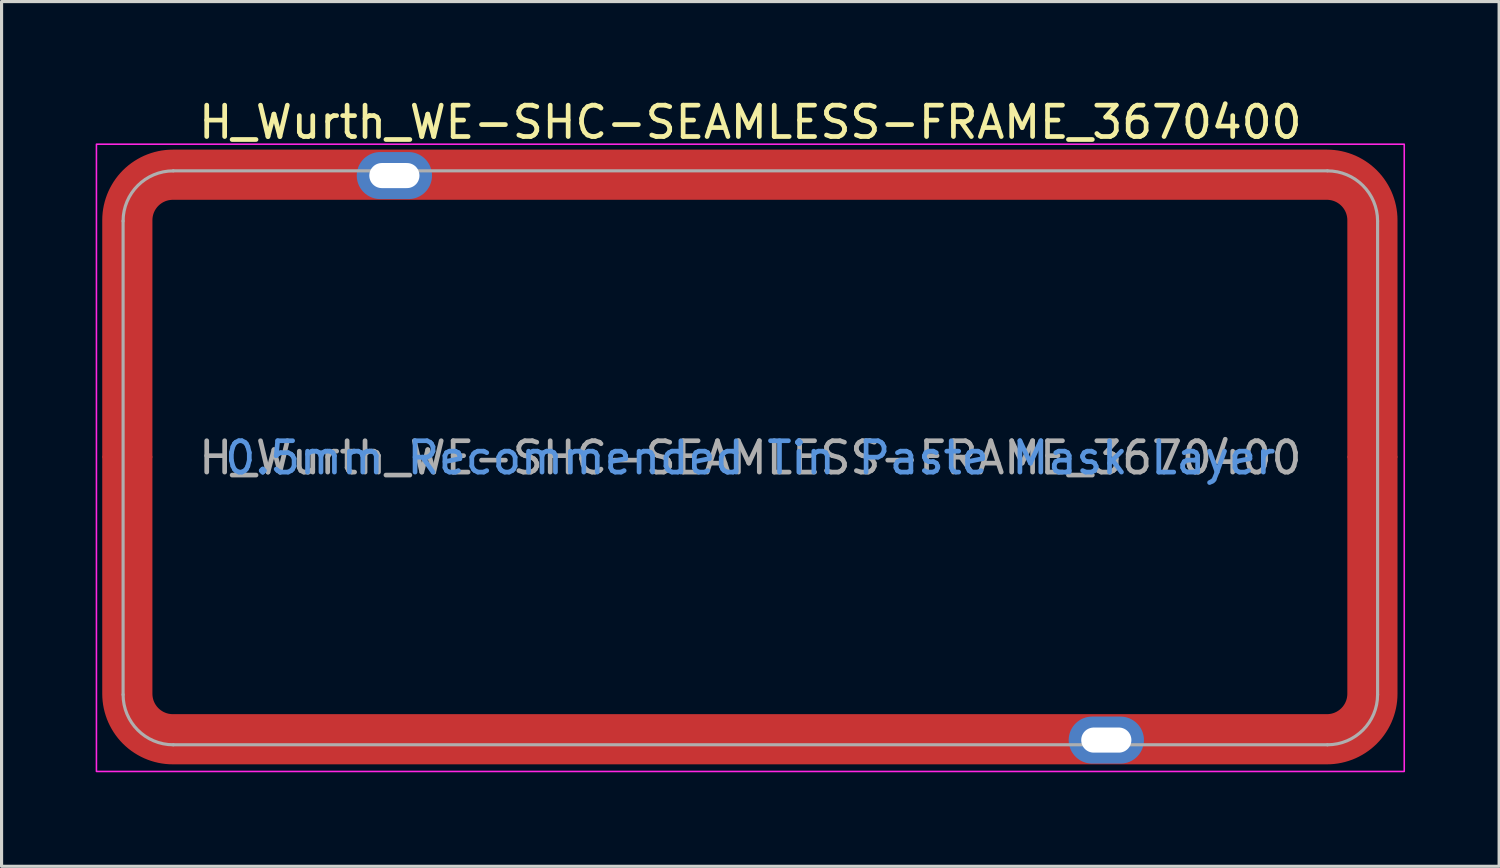
<source format=kicad_pcb>
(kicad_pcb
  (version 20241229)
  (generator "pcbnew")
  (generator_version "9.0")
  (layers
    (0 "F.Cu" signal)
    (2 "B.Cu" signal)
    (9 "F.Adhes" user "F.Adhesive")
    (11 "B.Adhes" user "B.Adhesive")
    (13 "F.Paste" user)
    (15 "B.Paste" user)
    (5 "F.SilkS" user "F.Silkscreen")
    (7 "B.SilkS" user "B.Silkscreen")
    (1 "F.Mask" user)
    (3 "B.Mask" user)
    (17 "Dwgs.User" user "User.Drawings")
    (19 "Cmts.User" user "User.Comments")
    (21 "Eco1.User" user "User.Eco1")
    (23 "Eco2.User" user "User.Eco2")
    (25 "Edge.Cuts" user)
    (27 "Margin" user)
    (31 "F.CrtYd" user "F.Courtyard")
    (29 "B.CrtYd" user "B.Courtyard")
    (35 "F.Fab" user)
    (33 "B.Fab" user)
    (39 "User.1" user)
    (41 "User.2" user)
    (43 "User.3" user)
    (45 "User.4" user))
  (footprint "H_Wurth_WE-SHC-SEAMLESS-FRAME_3670400"
    (layer "F.Cu")
    (at 20.875 11.548)
    (property "Reference" "H_Wurth_WE-SHC-SEAMLESS-FRAME_3670400" (at 0 -10.7 0) (unlocked yes) (layer "F.SilkS") (effects (font (size 1 1) (thickness 0.15))))
    (attr smd)
    (fp_poly (pts (xy -19.115 -0.023) (xy -20.615 -0.023) (xy -20.615 -7.577) (xy -20.612 -7.692) (xy -20.603 -7.807) (xy -20.588 -7.921) (xy -20.567 -8.034) (xy -20.54 -8.146) (xy -20.507 -8.257) (xy -20.469 -8.365) (xy -20.425 -8.472) (xy -20.375 -8.576) (xy -20.32 -8.677) (xy -20.26 -8.775) (xy -20.195 -8.87) (xy -20.125 -8.962) (xy -20.05 -9.049) (xy -19.971 -9.133) (xy -19.887 -9.212) (xy -19.8 -9.287) (xy -19.708 -9.357) (xy -19.613 -9.422) (xy -19.515 -9.482) (xy -19.414 -9.537) (xy -19.31 -9.587) (xy -19.203 -9.631) (xy -19.095 -9.669) (xy -18.984 -9.702) (xy -18.872 -9.729) (xy -18.759 -9.75) (xy -18.645 -9.765) (xy -18.53 -9.774) (xy -18.415 -9.777) (xy 18.385 -9.777) (xy 18.5 -9.774) (xy 18.615 -9.765) (xy 18.729 -9.75) (xy 18.842 -9.729) (xy 18.954 -9.702) (xy 19.065 -9.669) (xy 19.173 -9.631) (xy 19.28 -9.587) (xy 19.384 -9.537) (xy 19.485 -9.482) (xy 19.583 -9.422) (xy 19.678 -9.357) (xy 19.77 -9.287) (xy 19.857 -9.212) (xy 19.941 -9.133) (xy 20.02 -9.049) (xy 20.095 -8.962) (xy 20.165 -8.87) (xy 20.23 -8.775) (xy 20.29 -8.677) (xy 20.345 -8.576) (xy 20.395 -8.472) (xy 20.439 -8.365) (xy 20.477 -8.257) (xy 20.51 -8.146) (xy 20.537 -8.034) (xy 20.558 -7.921) (xy 20.573 -7.807) (xy 20.582 -7.692) (xy 20.585 -7.577) (xy 20.585 -0.023) (xy 19.085 -0.023) (xy 19.085 -7.577) (xy 19.084 -7.614) (xy 19.081 -7.65) (xy 19.076 -7.687) (xy 19.07 -7.723) (xy 19.061 -7.758) (xy 19.051 -7.793) (xy 19.039 -7.828) (xy 19.024 -7.862) (xy 19.009 -7.895) (xy 18.991 -7.927) (xy 18.972 -7.958) (xy 18.951 -7.988) (xy 18.929 -8.018) (xy 18.905 -8.045) (xy 18.88 -8.072) (xy 18.853 -8.097) (xy 18.826 -8.121) (xy 18.796 -8.143) (xy 18.766 -8.164) (xy 18.735 -8.183) (xy 18.703 -8.201) (xy 18.67 -8.216) (xy 18.636 -8.231) (xy 18.601 -8.243) (xy 18.566 -8.253) (xy 18.531 -8.262) (xy 18.495 -8.268) (xy 18.458 -8.273) (xy 18.422 -8.276) (xy 18.385 -8.277) (xy -18.415 -8.277) (xy -18.452 -8.276) (xy -18.488 -8.273) (xy -18.525 -8.268) (xy -18.561 -8.262) (xy -18.596 -8.253) (xy -18.631 -8.243) (xy -18.666 -8.231) (xy -18.7 -8.216) (xy -18.733 -8.201) (xy -18.765 -8.183) (xy -18.796 -8.164) (xy -18.826 -8.143) (xy -18.856 -8.121) (xy -18.883 -8.097) (xy -18.91 -8.072) (xy -18.935 -8.045) (xy -18.959 -8.018) (xy -18.981 -7.988) (xy -19.002 -7.958) (xy -19.021 -7.927) (xy -19.039 -7.895) (xy -19.054 -7.862) (xy -19.069 -7.828) (xy -19.081 -7.793) (xy -19.091 -7.758) (xy -19.1 -7.723) (xy -19.106 -7.687) (xy -19.111 -7.65) (xy -19.114 -7.614) (xy -19.115 -7.577) (xy -19.115 -0.277)) (stroke (width 0.1) (type solid)) (fill yes) (layer "F.Cu"))
    (fp_poly (pts (xy 19.085 -0.031) (xy 20.585 -0.031) (xy 20.585 7.523) (xy 20.582 7.638) (xy 20.573 7.753) (xy 20.558 7.867) (xy 20.537 7.98) (xy 20.51 8.092) (xy 20.477 8.203) (xy 20.439 8.311) (xy 20.395 8.418) (xy 20.345 8.522) (xy 20.29 8.623) (xy 20.23 8.721) (xy 20.165 8.816) (xy 20.095 8.908) (xy 20.02 8.995) (xy 19.941 9.079) (xy 19.857 9.158) (xy 19.77 9.233) (xy 19.678 9.303) (xy 19.583 9.368) (xy 19.485 9.428) (xy 19.384 9.483) (xy 19.28 9.533) (xy 19.173 9.577) (xy 19.065 9.615) (xy 18.954 9.648) (xy 18.842 9.675) (xy 18.729 9.696) (xy 18.615 9.711) (xy 18.5 9.72) (xy 18.385 9.723) (xy -18.415 9.723) (xy -18.53 9.72) (xy -18.645 9.711) (xy -18.759 9.696) (xy -18.872 9.675) (xy -18.984 9.648) (xy -19.095 9.615) (xy -19.203 9.577) (xy -19.31 9.533) (xy -19.414 9.483) (xy -19.515 9.428) (xy -19.613 9.368) (xy -19.708 9.303) (xy -19.8 9.233) (xy -19.887 9.158) (xy -19.971 9.079) (xy -20.05 8.995) (xy -20.125 8.908) (xy -20.195 8.816) (xy -20.26 8.721) (xy -20.32 8.623) (xy -20.375 8.522) (xy -20.425 8.418) (xy -20.469 8.311) (xy -20.507 8.203) (xy -20.54 8.092) (xy -20.567 7.98) (xy -20.588 7.867) (xy -20.603 7.753) (xy -20.612 7.638) (xy -20.615 7.523) (xy -20.615 -0.031) (xy -19.115 -0.031) (xy -19.115 7.523) (xy -19.114 7.56) (xy -19.111 7.596) (xy -19.106 7.633) (xy -19.1 7.669) (xy -19.091 7.704) (xy -19.081 7.739) (xy -19.069 7.774) (xy -19.054 7.808) (xy -19.039 7.841) (xy -19.021 7.873) (xy -19.002 7.904) (xy -18.981 7.934) (xy -18.959 7.964) (xy -18.935 7.991) (xy -18.91 8.018) (xy -18.883 8.043) (xy -18.856 8.067) (xy -18.826 8.089) (xy -18.796 8.11) (xy -18.765 8.129) (xy -18.733 8.147) (xy -18.7 8.162) (xy -18.666 8.177) (xy -18.631 8.189) (xy -18.596 8.199) (xy -18.561 8.208) (xy -18.525 8.214) (xy -18.488 8.219) (xy -18.452 8.222) (xy -18.415 8.223) (xy 18.385 8.223) (xy 18.422 8.222) (xy 18.458 8.219) (xy 18.495 8.214) (xy 18.531 8.208) (xy 18.566 8.199) (xy 18.601 8.189) (xy 18.636 8.177) (xy 18.67 8.162) (xy 18.703 8.147) (xy 18.735 8.129) (xy 18.766 8.11) (xy 18.796 8.089) (xy 18.826 8.067) (xy 18.853 8.043) (xy 18.88 8.018) (xy 18.905 7.991) (xy 18.929 7.964) (xy 18.951 7.934) (xy 18.972 7.904) (xy 18.991 7.873) (xy 19.009 7.841) (xy 19.024 7.808) (xy 19.039 7.774) (xy 19.051 7.739) (xy 19.061 7.704) (xy 19.07 7.669) (xy 19.076 7.633) (xy 19.081 7.596) (xy 19.084 7.56) (xy 19.085 7.523) (xy 19.085 0.223)) (stroke (width 0.1) (type solid)) (fill yes) (layer "F.Cu"))
    (fp_poly (pts (xy -19.1 0.004) (xy -20.6 0.004) (xy -20.6 -7.55) (xy -20.597 -7.665) (xy -20.588 -7.78) (xy -20.573 -7.894) (xy -20.552 -8.007) (xy -20.525 -8.119) (xy -20.492 -8.23) (xy -20.454 -8.338) (xy -20.41 -8.445) (xy -20.36 -8.549) (xy -20.305 -8.65) (xy -20.245 -8.748) (xy -20.18 -8.843) (xy -20.11 -8.935) (xy -20.035 -9.022) (xy -19.956 -9.106) (xy -19.872 -9.185) (xy -19.785 -9.26) (xy -19.693 -9.33) (xy -19.598 -9.395) (xy -19.5 -9.455) (xy -19.399 -9.51) (xy -19.295 -9.56) (xy -19.188 -9.604) (xy -19.08 -9.642) (xy -18.969 -9.675) (xy -18.857 -9.702) (xy -18.744 -9.723) (xy -18.63 -9.738) (xy -18.515 -9.747) (xy -18.4 -9.75) (xy 18.4 -9.75) (xy 18.515 -9.747) (xy 18.63 -9.738) (xy 18.744 -9.723) (xy 18.857 -9.702) (xy 18.969 -9.675) (xy 19.08 -9.642) (xy 19.188 -9.604) (xy 19.295 -9.56) (xy 19.399 -9.51) (xy 19.5 -9.455) (xy 19.598 -9.395) (xy 19.693 -9.33) (xy 19.785 -9.26) (xy 19.872 -9.185) (xy 19.956 -9.106) (xy 20.035 -9.022) (xy 20.11 -8.935) (xy 20.18 -8.843) (xy 20.245 -8.748) (xy 20.305 -8.65) (xy 20.36 -8.549) (xy 20.41 -8.445) (xy 20.454 -8.338) (xy 20.492 -8.23) (xy 20.525 -8.119) (xy 20.552 -8.007) (xy 20.573 -7.894) (xy 20.588 -7.78) (xy 20.597 -7.665) (xy 20.6 -7.55) (xy 20.6 0.004) (xy 19.1 0.004) (xy 19.1 -7.55) (xy 19.099 -7.587) (xy 19.096 -7.623) (xy 19.091 -7.66) (xy 19.085 -7.696) (xy 19.076 -7.731) (xy 19.066 -7.766) (xy 19.054 -7.801) (xy 19.039 -7.835) (xy 19.024 -7.868) (xy 19.006 -7.9) (xy 18.987 -7.931) (xy 18.966 -7.961) (xy 18.944 -7.991) (xy 18.92 -8.018) (xy 18.895 -8.045) (xy 18.868 -8.07) (xy 18.841 -8.094) (xy 18.811 -8.116) (xy 18.781 -8.137) (xy 18.75 -8.156) (xy 18.718 -8.174) (xy 18.685 -8.189) (xy 18.651 -8.204) (xy 18.616 -8.216) (xy 18.581 -8.226) (xy 18.546 -8.235) (xy 18.51 -8.241) (xy 18.473 -8.246) (xy 18.437 -8.249) (xy 18.4 -8.25) (xy -18.4 -8.25) (xy -18.437 -8.249) (xy -18.473 -8.246) (xy -18.51 -8.241) (xy -18.546 -8.235) (xy -18.581 -8.226) (xy -18.616 -8.216) (xy -18.651 -8.204) (xy -18.685 -8.189) (xy -18.718 -8.174) (xy -18.75 -8.156) (xy -18.781 -8.137) (xy -18.811 -8.116) (xy -18.841 -8.094) (xy -18.868 -8.07) (xy -18.895 -8.045) (xy -18.92 -8.018) (xy -18.944 -7.991) (xy -18.966 -7.961) (xy -18.987 -7.931) (xy -19.006 -7.9) (xy -19.024 -7.868) (xy -19.039 -7.835) (xy -19.054 -7.801) (xy -19.066 -7.766) (xy -19.076 -7.731) (xy -19.085 -7.696) (xy -19.091 -7.66) (xy -19.096 -7.623) (xy -19.099 -7.587) (xy -19.1 -7.55) (xy -19.1 -0.25)) (stroke (width 0.1) (type solid)) (fill yes) (layer "F.Mask"))
    (fp_poly (pts (xy 19.1 -0.004) (xy 20.6 -0.004) (xy 20.6 7.55) (xy 20.597 7.665) (xy 20.588 7.78) (xy 20.573 7.894) (xy 20.552 8.007) (xy 20.525 8.119) (xy 20.492 8.23) (xy 20.454 8.338) (xy 20.41 8.445) (xy 20.36 8.549) (xy 20.305 8.65) (xy 20.245 8.748) (xy 20.18 8.843) (xy 20.11 8.935) (xy 20.035 9.022) (xy 19.956 9.106) (xy 19.872 9.185) (xy 19.785 9.26) (xy 19.693 9.33) (xy 19.598 9.395) (xy 19.5 9.455) (xy 19.399 9.51) (xy 19.295 9.56) (xy 19.188 9.604) (xy 19.08 9.642) (xy 18.969 9.675) (xy 18.857 9.702) (xy 18.744 9.723) (xy 18.63 9.738) (xy 18.515 9.747) (xy 18.4 9.75) (xy -18.4 9.75) (xy -18.515 9.747) (xy -18.63 9.738) (xy -18.744 9.723) (xy -18.857 9.702) (xy -18.969 9.675) (xy -19.08 9.642) (xy -19.188 9.604) (xy -19.295 9.56) (xy -19.399 9.51) (xy -19.5 9.455) (xy -19.598 9.395) (xy -19.693 9.33) (xy -19.785 9.26) (xy -19.872 9.185) (xy -19.956 9.106) (xy -20.035 9.022) (xy -20.11 8.935) (xy -20.18 8.843) (xy -20.245 8.748) (xy -20.305 8.65) (xy -20.36 8.549) (xy -20.41 8.445) (xy -20.454 8.338) (xy -20.492 8.23) (xy -20.525 8.119) (xy -20.552 8.007) (xy -20.573 7.894) (xy -20.588 7.78) (xy -20.597 7.665) (xy -20.6 7.55) (xy -20.6 -0.004) (xy -19.1 -0.004) (xy -19.1 7.55) (xy -19.099 7.587) (xy -19.096 7.623) (xy -19.091 7.66) (xy -19.085 7.696) (xy -19.076 7.731) (xy -19.066 7.766) (xy -19.054 7.801) (xy -19.039 7.835) (xy -19.024 7.868) (xy -19.006 7.9) (xy -18.987 7.931) (xy -18.966 7.961) (xy -18.944 7.991) (xy -18.92 8.018) (xy -18.895 8.045) (xy -18.868 8.07) (xy -18.841 8.094) (xy -18.811 8.116) (xy -18.781 8.137) (xy -18.75 8.156) (xy -18.718 8.174) (xy -18.685 8.189) (xy -18.651 8.204) (xy -18.616 8.216) (xy -18.581 8.226) (xy -18.546 8.235) (xy -18.51 8.241) (xy -18.473 8.246) (xy -18.437 8.249) (xy -18.4 8.25) (xy 18.4 8.25) (xy 18.437 8.249) (xy 18.473 8.246) (xy 18.51 8.241) (xy 18.546 8.235) (xy 18.581 8.226) (xy 18.616 8.216) (xy 18.651 8.204) (xy 18.685 8.189) (xy 18.718 8.174) (xy 18.75 8.156) (xy 18.781 8.137) (xy 18.811 8.116) (xy 18.841 8.094) (xy 18.868 8.07) (xy 18.895 8.045) (xy 18.92 8.018) (xy 18.944 7.991) (xy 18.966 7.961) (xy 18.987 7.931) (xy 19.006 7.9) (xy 19.024 7.868) (xy 19.039 7.835) (xy 19.054 7.801) (xy 19.066 7.766) (xy 19.076 7.731) (xy 19.085 7.696) (xy 19.091 7.66) (xy 19.096 7.623) (xy 19.099 7.587) (xy 19.1 7.55) (xy 19.1 0.25)) (stroke (width 0.1) (type solid)) (fill yes) (layer "F.Mask"))
    (fp_poly (pts (xy -19.115 -0.023) (xy -20.615 -0.023) (xy -20.615 -7.577) (xy -20.612 -7.692) (xy -20.603 -7.807) (xy -20.588 -7.921) (xy -20.567 -8.034) (xy -20.54 -8.146) (xy -20.507 -8.257) (xy -20.469 -8.365) (xy -20.425 -8.472) (xy -20.375 -8.576) (xy -20.32 -8.677) (xy -20.26 -8.775) (xy -20.195 -8.87) (xy -20.125 -8.962) (xy -20.05 -9.049) (xy -19.971 -9.133) (xy -19.887 -9.212) (xy -19.8 -9.287) (xy -19.708 -9.357) (xy -19.613 -9.422) (xy -19.515 -9.482) (xy -19.414 -9.537) (xy -19.31 -9.587) (xy -19.203 -9.631) (xy -19.095 -9.669) (xy -18.984 -9.702) (xy -18.872 -9.729) (xy -18.759 -9.75) (xy -18.645 -9.765) (xy -18.53 -9.774) (xy -18.415 -9.777) (xy 18.385 -9.777) (xy 18.5 -9.774) (xy 18.615 -9.765) (xy 18.729 -9.75) (xy 18.842 -9.729) (xy 18.954 -9.702) (xy 19.065 -9.669) (xy 19.173 -9.631) (xy 19.28 -9.587) (xy 19.384 -9.537) (xy 19.485 -9.482) (xy 19.583 -9.422) (xy 19.678 -9.357) (xy 19.77 -9.287) (xy 19.857 -9.212) (xy 19.941 -9.133) (xy 20.02 -9.049) (xy 20.095 -8.962) (xy 20.165 -8.87) (xy 20.23 -8.775) (xy 20.29 -8.677) (xy 20.345 -8.576) (xy 20.395 -8.472) (xy 20.439 -8.365) (xy 20.477 -8.257) (xy 20.51 -8.146) (xy 20.537 -8.034) (xy 20.558 -7.921) (xy 20.573 -7.807) (xy 20.582 -7.692) (xy 20.585 -7.577) (xy 20.585 -0.023) (xy 19.085 -0.023) (xy 19.085 -7.577) (xy 19.084 -7.614) (xy 19.081 -7.65) (xy 19.076 -7.687) (xy 19.07 -7.723) (xy 19.061 -7.758) (xy 19.051 -7.793) (xy 19.039 -7.828) (xy 19.024 -7.862) (xy 19.009 -7.895) (xy 18.991 -7.927) (xy 18.972 -7.958) (xy 18.951 -7.988) (xy 18.929 -8.018) (xy 18.905 -8.045) (xy 18.88 -8.072) (xy 18.853 -8.097) (xy 18.826 -8.121) (xy 18.796 -8.143) (xy 18.766 -8.164) (xy 18.735 -8.183) (xy 18.703 -8.201) (xy 18.67 -8.216) (xy 18.636 -8.231) (xy 18.601 -8.243) (xy 18.566 -8.253) (xy 18.531 -8.262) (xy 18.495 -8.268) (xy 18.458 -8.273) (xy 18.422 -8.276) (xy 18.385 -8.277) (xy -18.415 -8.277) (xy -18.452 -8.276) (xy -18.488 -8.273) (xy -18.525 -8.268) (xy -18.561 -8.262) (xy -18.596 -8.253) (xy -18.631 -8.243) (xy -18.666 -8.231) (xy -18.7 -8.216) (xy -18.733 -8.201) (xy -18.765 -8.183) (xy -18.796 -8.164) (xy -18.826 -8.143) (xy -18.856 -8.121) (xy -18.883 -8.097) (xy -18.91 -8.072) (xy -18.935 -8.045) (xy -18.959 -8.018) (xy -18.981 -7.988) (xy -19.002 -7.958) (xy -19.021 -7.927) (xy -19.039 -7.895) (xy -19.054 -7.862) (xy -19.069 -7.828) (xy -19.081 -7.793) (xy -19.091 -7.758) (xy -19.1 -7.723) (xy -19.106 -7.687) (xy -19.111 -7.65) (xy -19.114 -7.614) (xy -19.115 -7.577) (xy -19.115 -0.277)) (stroke (width 0.1) (type solid)) (fill yes) (layer "F.Paste"))
    (fp_poly (pts (xy 19.085 -0.031) (xy 20.585 -0.031) (xy 20.585 7.523) (xy 20.582 7.638) (xy 20.573 7.753) (xy 20.558 7.867) (xy 20.537 7.98) (xy 20.51 8.092) (xy 20.477 8.203) (xy 20.439 8.311) (xy 20.395 8.418) (xy 20.345 8.522) (xy 20.29 8.623) (xy 20.23 8.721) (xy 20.165 8.816) (xy 20.095 8.908) (xy 20.02 8.995) (xy 19.941 9.079) (xy 19.857 9.158) (xy 19.77 9.233) (xy 19.678 9.303) (xy 19.583 9.368) (xy 19.485 9.428) (xy 19.384 9.483) (xy 19.28 9.533) (xy 19.173 9.577) (xy 19.065 9.615) (xy 18.954 9.648) (xy 18.842 9.675) (xy 18.729 9.696) (xy 18.615 9.711) (xy 18.5 9.72) (xy 18.385 9.723) (xy -18.415 9.723) (xy -18.53 9.72) (xy -18.645 9.711) (xy -18.759 9.696) (xy -18.872 9.675) (xy -18.984 9.648) (xy -19.095 9.615) (xy -19.203 9.577) (xy -19.31 9.533) (xy -19.414 9.483) (xy -19.515 9.428) (xy -19.613 9.368) (xy -19.708 9.303) (xy -19.8 9.233) (xy -19.887 9.158) (xy -19.971 9.079) (xy -20.05 8.995) (xy -20.125 8.908) (xy -20.195 8.816) (xy -20.26 8.721) (xy -20.32 8.623) (xy -20.375 8.522) (xy -20.425 8.418) (xy -20.469 8.311) (xy -20.507 8.203) (xy -20.54 8.092) (xy -20.567 7.98) (xy -20.588 7.867) (xy -20.603 7.753) (xy -20.612 7.638) (xy -20.615 7.523) (xy -20.615 -0.031) (xy -19.115 -0.031) (xy -19.115 7.523) (xy -19.114 7.56) (xy -19.111 7.596) (xy -19.106 7.633) (xy -19.1 7.669) (xy -19.091 7.704) (xy -19.081 7.739) (xy -19.069 7.774) (xy -19.054 7.808) (xy -19.039 7.841) (xy -19.021 7.873) (xy -19.002 7.904) (xy -18.981 7.934) (xy -18.959 7.964) (xy -18.935 7.991) (xy -18.91 8.018) (xy -18.883 8.043) (xy -18.856 8.067) (xy -18.826 8.089) (xy -18.796 8.11) (xy -18.765 8.129) (xy -18.733 8.147) (xy -18.7 8.162) (xy -18.666 8.177) (xy -18.631 8.189) (xy -18.596 8.199) (xy -18.561 8.208) (xy -18.525 8.214) (xy -18.488 8.219) (xy -18.452 8.222) (xy -18.415 8.223) (xy 18.385 8.223) (xy 18.422 8.222) (xy 18.458 8.219) (xy 18.495 8.214) (xy 18.531 8.208) (xy 18.566 8.199) (xy 18.601 8.189) (xy 18.636 8.177) (xy 18.67 8.162) (xy 18.703 8.147) (xy 18.735 8.129) (xy 18.766 8.11) (xy 18.796 8.089) (xy 18.826 8.067) (xy 18.853 8.043) (xy 18.88 8.018) (xy 18.905 7.991) (xy 18.929 7.964) (xy 18.951 7.934) (xy 18.972 7.904) (xy 18.991 7.873) (xy 19.009 7.841) (xy 19.024 7.808) (xy 19.039 7.774) (xy 19.051 7.739) (xy 19.061 7.704) (xy 19.07 7.669) (xy 19.076 7.633) (xy 19.081 7.596) (xy 19.084 7.56) (xy 19.085 7.523) (xy 19.085 0.223)) (stroke (width 0.1) (type solid)) (fill yes) (layer "F.Paste"))
    (fp_rect (start -20.85 -10) (end 20.85 10) (stroke (width 0.05) (type solid)) (fill no) (layer "F.CrtYd"))
    (fp_line (start -20 7.55) (end -20 -7.55) (stroke (width 0.1) (type solid)) (layer "F.Fab"))
    (fp_line (start -18.4 -9.15) (end 18.4 -9.15) (stroke (width 0.1) (type solid)) (layer "F.Fab"))
    (fp_line (start -18.4 9.15) (end 18.4 9.15) (stroke (width 0.1) (type solid)) (layer "F.Fab"))
    (fp_line (start 20 7.55) (end 20 -7.55) (stroke (width 0.1) (type solid)) (layer "F.Fab"))
    (fp_arc (start -20 -7.55) (mid -19.531371 -8.68137) (end -18.4 -9.15) (stroke (width 0.1) (type default)) (layer "F.Fab"))
    (fp_arc (start -18.4 9.15) (mid -19.53137 8.681371) (end -20 7.55) (stroke (width 0.1) (type default)) (layer "F.Fab"))
    (fp_arc (start 18.4 -9.15) (mid 19.53137 -8.681371) (end 20 -7.55) (stroke (width 0.1) (type default)) (layer "F.Fab"))
    (fp_arc (start 20 7.55) (mid 19.531371 8.68137) (end 18.4 9.15) (stroke (width 0.1) (type default)) (layer "F.Fab"))
    (fp_text user "0.5mm Recommended Tin Paste Mask Layer" (at 0 0 0) (unlocked yes) (layer "Cmts.User") (effects (font (size 1 1) (thickness 0.15))))
    (fp_text user "${REFERENCE}" (at 0 0 0) (unlocked yes) (layer "F.Fab") (effects (font (size 1 1) (thickness 0.15))))
    (pad "1" thru_hole oval (at -11.35 -9) (size 2.4 1.5) (drill oval 1.6 0.8) (layers "*.Cu" "*.Mask"))
    (pad "1" thru_hole oval (at 11.35 9) (size 2.4 1.5) (drill oval 1.6 0.8) (layers "*.Cu" "*.Mask")))
  (gr_rect
    (start -3 -3)
    (end 44.75 24.573)
    (stroke (width 0.1) (type default))
    (fill no)
    (layer "Edge.Cuts")))
</source>
